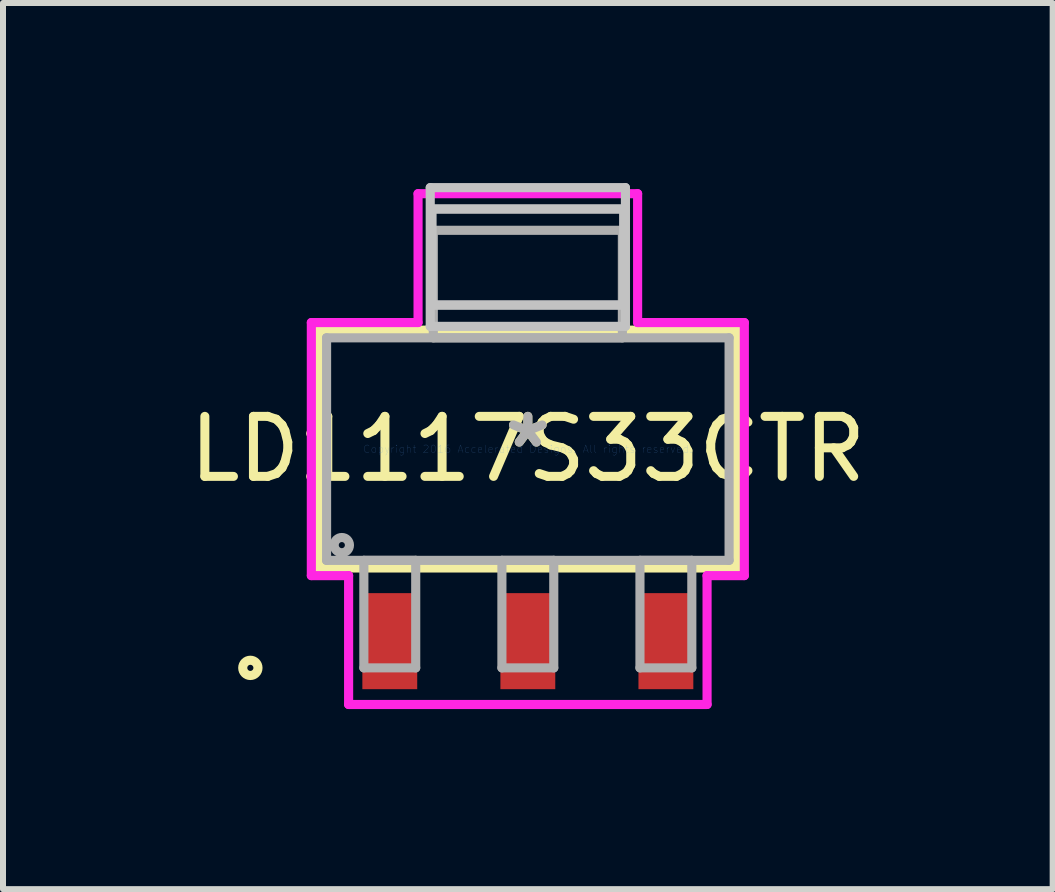
<source format=kicad_pcb>
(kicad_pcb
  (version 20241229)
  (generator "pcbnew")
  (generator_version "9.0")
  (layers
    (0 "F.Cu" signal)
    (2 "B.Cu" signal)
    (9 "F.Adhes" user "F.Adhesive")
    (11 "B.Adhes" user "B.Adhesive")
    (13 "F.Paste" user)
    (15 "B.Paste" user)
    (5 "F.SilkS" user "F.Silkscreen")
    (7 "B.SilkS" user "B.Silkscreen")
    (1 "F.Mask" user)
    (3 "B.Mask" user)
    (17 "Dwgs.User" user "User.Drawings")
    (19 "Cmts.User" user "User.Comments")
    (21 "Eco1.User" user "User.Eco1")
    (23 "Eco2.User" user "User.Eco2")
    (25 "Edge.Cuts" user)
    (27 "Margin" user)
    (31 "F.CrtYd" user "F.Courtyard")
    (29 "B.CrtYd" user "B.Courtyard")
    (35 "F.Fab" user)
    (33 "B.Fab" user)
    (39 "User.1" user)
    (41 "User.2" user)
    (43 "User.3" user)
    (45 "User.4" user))
  (footprint "LD1117S33CTR"
    (layer "F.Cu")
    (at 5.744 4.432)
    (property "Reference" "LD1117S33CTR" (at 0 0 0) (layer "F.SilkS") (effects (font (size 1 1) (thickness 0.15))))
    (attr through_hole)
    (fp_line (start -3.48 -1.981) (end -3.48 1.981) (stroke (width 0.152) (type solid)) (layer "F.SilkS"))
    (fp_line (start -3.48 1.981) (end 3.48 1.981) (stroke (width 0.152) (type solid)) (layer "F.SilkS"))
    (fp_line (start 3.48 -1.981) (end -3.48 -1.981) (stroke (width 0.152) (type solid)) (layer "F.SilkS"))
    (fp_line (start 3.48 1.981) (end 3.48 -1.981) (stroke (width 0.152) (type solid)) (layer "F.SilkS"))
    (fp_circle (center -4.623 3.645) (end -4.496 3.645) (stroke (width 0.152) (type solid)) (fill no) (layer "F.SilkS"))
    (fp_line (start -1.626 -4.356) (end -1.626 -2.045) (stroke (width 0.152) (type solid)) (layer "Dwgs.User"))
    (fp_line (start -1.626 -2.045) (end 1.626 -2.045) (stroke (width 0.152) (type solid)) (layer "Dwgs.User"))
    (fp_line (start -1.6 -4) (end -1.6 -2.4) (stroke (width 0.152) (type solid)) (layer "Dwgs.User"))
    (fp_line (start -1.6 -4) (end -1.6 -2.4) (stroke (width 0.152) (type solid)) (layer "Dwgs.User"))
    (fp_line (start -1.6 -2.4) (end 1.6 -2.4) (stroke (width 0.152) (type solid)) (layer "Dwgs.User"))
    (fp_line (start -1.6 -2.4) (end 1.6 -2.4) (stroke (width 0.152) (type solid)) (layer "Dwgs.User"))
    (fp_line (start 1.6 -4) (end -1.6 -4) (stroke (width 0.152) (type solid)) (layer "Dwgs.User"))
    (fp_line (start 1.6 -4) (end -1.6 -4) (stroke (width 0.152) (type solid)) (layer "Dwgs.User"))
    (fp_line (start 1.6 -2.4) (end 1.6 -4) (stroke (width 0.152) (type solid)) (layer "Dwgs.User"))
    (fp_line (start 1.6 -2.4) (end 1.6 -4) (stroke (width 0.152) (type solid)) (layer "Dwgs.User"))
    (fp_line (start 1.626 -4.356) (end -1.626 -4.356) (stroke (width 0.152) (type solid)) (layer "Dwgs.User"))
    (fp_line (start 1.626 -2.045) (end 1.626 -4.356) (stroke (width 0.152) (type solid)) (layer "Dwgs.User"))
    (fp_line (start -3.607 -2.108) (end -1.829 -2.108) (stroke (width 0.152) (type solid)) (layer "F.CrtYd"))
    (fp_line (start -3.607 2.108) (end -3.607 -2.108) (stroke (width 0.152) (type solid)) (layer "F.CrtYd"))
    (fp_line (start -2.986 2.108) (end -3.607 2.108) (stroke (width 0.152) (type solid)) (layer "F.CrtYd"))
    (fp_line (start -2.986 4.255) (end -2.986 2.108) (stroke (width 0.152) (type solid)) (layer "F.CrtYd"))
    (fp_line (start -1.829 -4.255) (end 1.829 -4.255) (stroke (width 0.152) (type solid)) (layer "F.CrtYd"))
    (fp_line (start -1.829 -2.108) (end -1.829 -4.255) (stroke (width 0.152) (type solid)) (layer "F.CrtYd"))
    (fp_line (start 1.829 -4.255) (end 1.829 -2.108) (stroke (width 0.152) (type solid)) (layer "F.CrtYd"))
    (fp_line (start 1.829 -2.108) (end 3.607 -2.108) (stroke (width 0.152) (type solid)) (layer "F.CrtYd"))
    (fp_line (start 2.986 2.108) (end 2.986 4.255) (stroke (width 0.152) (type solid)) (layer "F.CrtYd"))
    (fp_line (start 2.986 4.255) (end -2.986 4.255) (stroke (width 0.152) (type solid)) (layer "F.CrtYd"))
    (fp_line (start 3.607 -2.108) (end 3.607 2.108) (stroke (width 0.152) (type solid)) (layer "F.CrtYd"))
    (fp_line (start 3.607 2.108) (end 2.986 2.108) (stroke (width 0.152) (type solid)) (layer "F.CrtYd"))
    (fp_line (start -3.353 -1.854) (end -3.353 1.854) (stroke (width 0.152) (type solid)) (layer "F.Fab"))
    (fp_line (start -3.353 1.854) (end 3.353 1.854) (stroke (width 0.152) (type solid)) (layer "F.Fab"))
    (fp_line (start -2.732 1.854) (end -2.732 3.645) (stroke (width 0.152) (type solid)) (layer "F.Fab"))
    (fp_line (start -2.732 3.645) (end -1.868 3.645) (stroke (width 0.152) (type solid)) (layer "F.Fab"))
    (fp_line (start -1.868 1.854) (end -2.732 1.854) (stroke (width 0.152) (type solid)) (layer "F.Fab"))
    (fp_line (start -1.868 3.645) (end -1.868 1.854) (stroke (width 0.152) (type solid)) (layer "F.Fab"))
    (fp_line (start -1.575 -3.645) (end -1.575 -1.854) (stroke (width 0.152) (type solid)) (layer "F.Fab"))
    (fp_line (start -1.575 -1.854) (end 1.575 -1.854) (stroke (width 0.152) (type solid)) (layer "F.Fab"))
    (fp_line (start -0.432 1.854) (end -0.432 3.645) (stroke (width 0.152) (type solid)) (layer "F.Fab"))
    (fp_line (start -0.432 3.645) (end 0.432 3.645) (stroke (width 0.152) (type solid)) (layer "F.Fab"))
    (fp_line (start 0.432 1.854) (end -0.432 1.854) (stroke (width 0.152) (type solid)) (layer "F.Fab"))
    (fp_line (start 0.432 3.645) (end 0.432 1.854) (stroke (width 0.152) (type solid)) (layer "F.Fab"))
    (fp_line (start 1.575 -3.645) (end -1.575 -3.645) (stroke (width 0.152) (type solid)) (layer "F.Fab"))
    (fp_line (start 1.575 -1.854) (end 1.575 -3.645) (stroke (width 0.152) (type solid)) (layer "F.Fab"))
    (fp_line (start 1.868 1.854) (end 1.868 3.645) (stroke (width 0.152) (type solid)) (layer "F.Fab"))
    (fp_line (start 1.868 3.645) (end 2.732 3.645) (stroke (width 0.152) (type solid)) (layer "F.Fab"))
    (fp_line (start 2.732 1.854) (end 1.868 1.854) (stroke (width 0.152) (type solid)) (layer "F.Fab"))
    (fp_line (start 2.732 3.645) (end 2.732 1.854) (stroke (width 0.152) (type solid)) (layer "F.Fab"))
    (fp_line (start 3.353 -1.854) (end -3.353 -1.854) (stroke (width 0.152) (type solid)) (layer "F.Fab"))
    (fp_line (start 3.353 1.854) (end 3.353 -1.854) (stroke (width 0.152) (type solid)) (layer "F.Fab"))
    (fp_circle (center -3.099 1.6) (end -2.972 1.6) (stroke (width 0.152) (type solid)) (fill no) (layer "F.Fab"))
    (fp_text user "*" (at 0 0 0) (layer "F.SilkS") (effects (font (size 1 1) (thickness 0.15))))
    (fp_text user "Copyright 2016 Accelerated Designs. All rights reserved." (at 0 0 0) (layer "Cmts.User") (effects (font (size 0.127 0.127) (thickness 0.002))))
    (fp_text user "*" (at 0 0 0) (layer "F.Fab") (effects (font (size 1 1) (thickness 0.15))))
    (pad "1" smd rect (at -2.3 3.2) (size 0.914 1.6) (layers "F.Cu" "F.Mask" "F.Paste"))
    (pad "2" smd rect (at 0 3.2) (size 0.914 1.6) (layers "F.Cu" "F.Mask" "F.Paste"))
    (pad "3" smd rect (at 2.3 3.2) (size 0.914 1.6) (layers "F.Cu" "F.Mask" "F.Paste")))
  (gr_rect
    (start -3 -3)
    (end 14.488 11.763)
    (stroke (width 0.1) (type default))
    (fill no)
    (layer "Edge.Cuts")))
</source>
